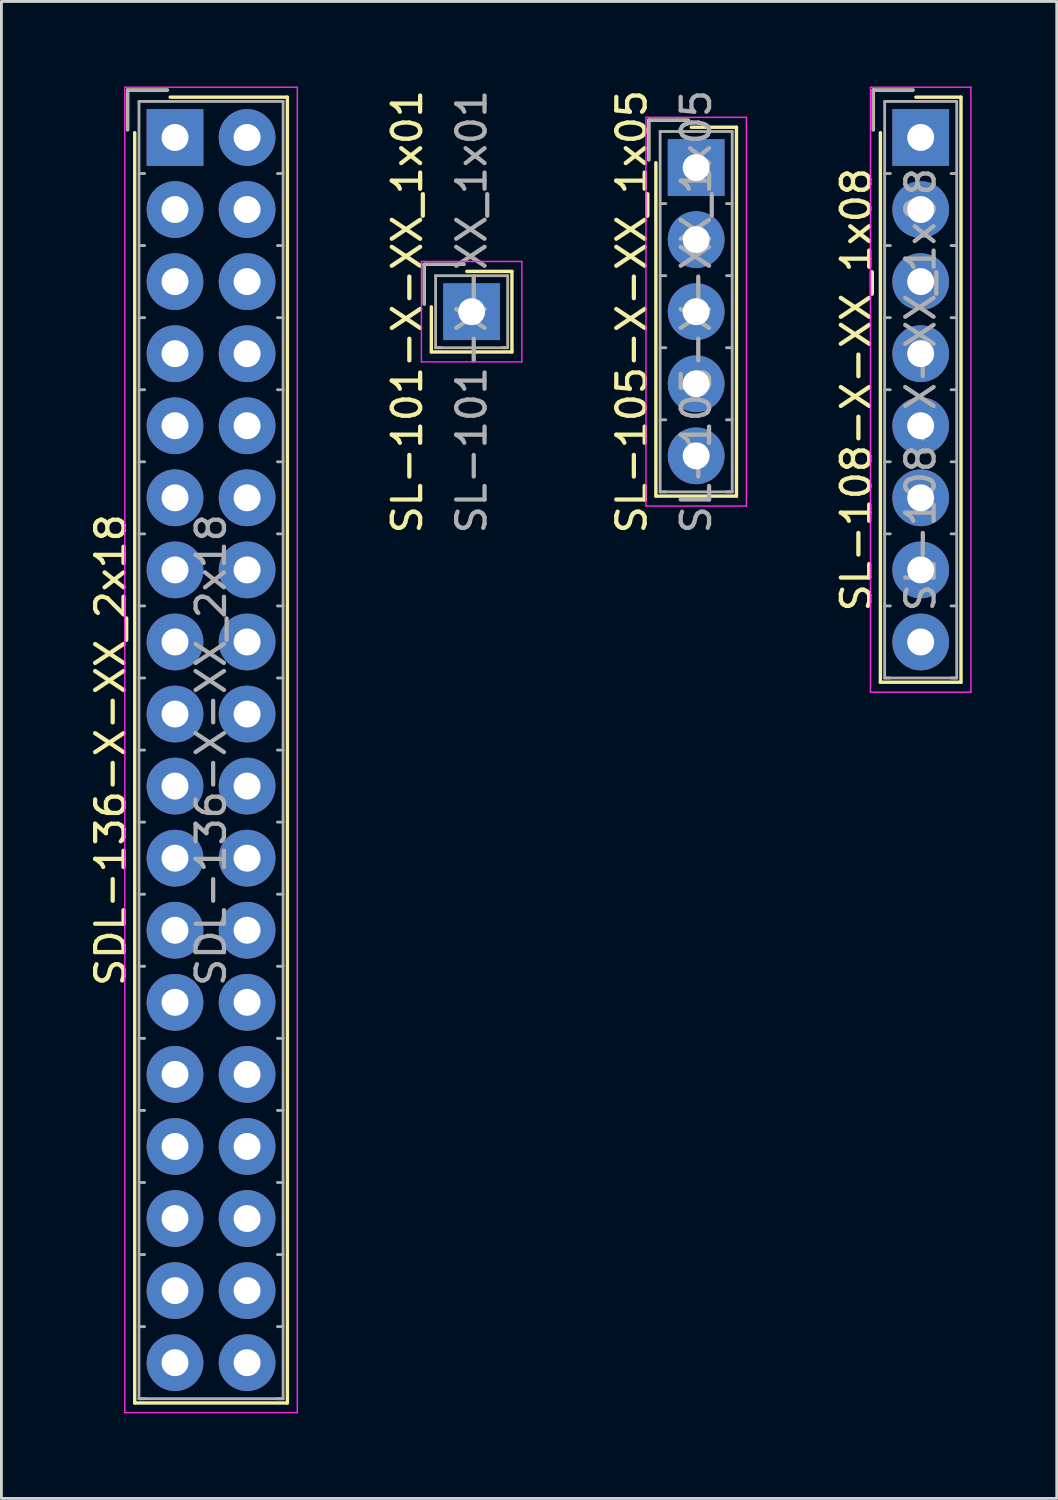
<source format=kicad_pcb>
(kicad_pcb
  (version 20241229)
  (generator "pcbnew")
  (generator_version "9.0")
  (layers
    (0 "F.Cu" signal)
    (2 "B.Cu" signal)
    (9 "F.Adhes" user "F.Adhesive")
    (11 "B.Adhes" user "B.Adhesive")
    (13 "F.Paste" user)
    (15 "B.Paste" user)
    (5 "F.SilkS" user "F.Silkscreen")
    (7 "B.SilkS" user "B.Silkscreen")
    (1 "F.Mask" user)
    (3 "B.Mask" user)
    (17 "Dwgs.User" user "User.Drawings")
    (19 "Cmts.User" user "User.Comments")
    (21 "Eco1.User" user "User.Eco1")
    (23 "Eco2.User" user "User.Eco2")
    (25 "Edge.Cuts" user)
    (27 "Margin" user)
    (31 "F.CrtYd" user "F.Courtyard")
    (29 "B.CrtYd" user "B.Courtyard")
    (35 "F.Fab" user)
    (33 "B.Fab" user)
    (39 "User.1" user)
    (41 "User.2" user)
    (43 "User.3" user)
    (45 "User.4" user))
  (footprint "SL-108-X-XX_1x08"
    (layer "F.Cu")
    (at 29.398 1.795)
    (property "Reference" "SL-108-X-XX_1x08" (at -2.27 8.89 90) (layer "F.SilkS") (effects (font (size 1 1) (thickness 0.15))))
    (attr through_hole)
    (fp_line (start -1.67 -1.67) (end -1.67 -0.27) (stroke (width 0.12) (type solid)) (layer "F.SilkS"))
    (fp_line (start -1.42 19.2) (end -1.42 -0.17) (stroke (width 0.12) (type solid)) (layer "F.SilkS"))
    (fp_line (start -0.27 -1.67) (end -1.67 -1.67) (stroke (width 0.12) (type solid)) (layer "F.SilkS"))
    (fp_line (start -0.17 -1.42) (end 1.42 -1.42) (stroke (width 0.12) (type solid)) (layer "F.SilkS"))
    (fp_line (start 1.42 -1.42) (end 1.42 19.2) (stroke (width 0.12) (type solid)) (layer "F.SilkS"))
    (fp_line (start 1.42 19.2) (end -1.42 19.2) (stroke (width 0.12) (type solid)) (layer "F.SilkS"))
    (fp_line (start -1.77 -1.77) (end -1.77 19.55) (stroke (width 0.05) (type solid)) (layer "F.CrtYd"))
    (fp_line (start -1.77 19.55) (end 1.77 19.55) (stroke (width 0.05) (type solid)) (layer "F.CrtYd"))
    (fp_line (start 1.77 -1.77) (end -1.77 -1.77) (stroke (width 0.05) (type solid)) (layer "F.CrtYd"))
    (fp_line (start 1.77 19.55) (end 1.77 -1.77) (stroke (width 0.05) (type solid)) (layer "F.CrtYd"))
    (fp_line (start -1.67 -1.67) (end -1.67 -0.27) (stroke (width 0.1) (type solid)) (layer "F.Fab"))
    (fp_line (start -1.27 -1.27) (end -1.27 19.05) (stroke (width 0.1) (type solid)) (layer "F.Fab"))
    (fp_line (start -1.27 1.27) (end -1.07 1.27) (stroke (width 0.1) (type solid)) (layer "F.Fab"))
    (fp_line (start -1.27 3.81) (end -1.07 3.81) (stroke (width 0.1) (type solid)) (layer "F.Fab"))
    (fp_line (start -1.27 6.35) (end -1.07 6.35) (stroke (width 0.1) (type solid)) (layer "F.Fab"))
    (fp_line (start -1.27 8.89) (end -1.07 8.89) (stroke (width 0.1) (type solid)) (layer "F.Fab"))
    (fp_line (start -1.27 11.43) (end -1.07 11.43) (stroke (width 0.1) (type solid)) (layer "F.Fab"))
    (fp_line (start -1.27 13.97) (end -1.07 13.97) (stroke (width 0.1) (type solid)) (layer "F.Fab"))
    (fp_line (start -1.27 16.51) (end -1.07 16.51) (stroke (width 0.1) (type solid)) (layer "F.Fab"))
    (fp_line (start -1.27 19.05) (end -1.07 19.05) (stroke (width 0.1) (type solid)) (layer "F.Fab"))
    (fp_line (start -1.27 19.05) (end 1.27 19.05) (stroke (width 0.1) (type solid)) (layer "F.Fab"))
    (fp_line (start -0.27 -1.67) (end -1.67 -1.67) (stroke (width 0.1) (type solid)) (layer "F.Fab"))
    (fp_line (start 1.27 -1.27) (end -1.27 -1.27) (stroke (width 0.1) (type solid)) (layer "F.Fab"))
    (fp_line (start 1.27 1.27) (end 1.07 1.27) (stroke (width 0.1) (type solid)) (layer "F.Fab"))
    (fp_line (start 1.27 3.81) (end 1.07 3.81) (stroke (width 0.1) (type solid)) (layer "F.Fab"))
    (fp_line (start 1.27 6.35) (end 1.07 6.35) (stroke (width 0.1) (type solid)) (layer "F.Fab"))
    (fp_line (start 1.27 8.89) (end 1.07 8.89) (stroke (width 0.1) (type solid)) (layer "F.Fab"))
    (fp_line (start 1.27 11.43) (end 1.07 11.43) (stroke (width 0.1) (type solid)) (layer "F.Fab"))
    (fp_line (start 1.27 13.97) (end 1.07 13.97) (stroke (width 0.1) (type solid)) (layer "F.Fab"))
    (fp_line (start 1.27 16.51) (end 1.07 16.51) (stroke (width 0.1) (type solid)) (layer "F.Fab"))
    (fp_line (start 1.27 19.05) (end 1.07 19.05) (stroke (width 0.1) (type solid)) (layer "F.Fab"))
    (fp_line (start 1.27 19.05) (end 1.27 -1.27) (stroke (width 0.1) (type solid)) (layer "F.Fab"))
    (fp_text user "${REFERENCE}" (at 0 8.89 90) (layer "F.Fab") (effects (font (size 1 1) (thickness 0.15))))
    (pad "1" thru_hole rect (at 0 0) (size 2 2) (drill 0.95) (layers "*.Cu" "*.Mask"))
    (pad "2" thru_hole circle (at 0 2.54) (size 2 2) (drill 0.95) (layers "*.Cu" "*.Mask"))
    (pad "3" thru_hole circle (at 0 5.08) (size 2 2) (drill 0.95) (layers "*.Cu" "*.Mask"))
    (pad "4" thru_hole circle (at 0 7.62) (size 2 2) (drill 0.95) (layers "*.Cu" "*.Mask"))
    (pad "5" thru_hole circle (at 0 10.16) (size 2 2) (drill 0.95) (layers "*.Cu" "*.Mask"))
    (pad "6" thru_hole circle (at 0 12.7) (size 2 2) (drill 0.95) (layers "*.Cu" "*.Mask"))
    (pad "7" thru_hole circle (at 0 15.24) (size 2 2) (drill 0.95) (layers "*.Cu" "*.Mask"))
    (pad "8" thru_hole circle (at 0 17.78) (size 2 2) (drill 0.95) (layers "*.Cu" "*.Mask")))
  (footprint "SDL-136-X-XX_2x18"
    (layer "F.Cu")
    (at 3.118 1.795)
    (property "Reference" "SDL-136-X-XX_2x18" (at -2.27 21.59 90) (layer "F.SilkS") (effects (font (size 1 1) (thickness 0.15))))
    (attr through_hole)
    (fp_line (start -1.67 -1.67) (end -1.67 -0.27) (stroke (width 0.12) (type solid)) (layer "F.SilkS"))
    (fp_line (start -1.42 44.6) (end -1.42 -0.17) (stroke (width 0.12) (type solid)) (layer "F.SilkS"))
    (fp_line (start -0.27 -1.67) (end -1.67 -1.67) (stroke (width 0.12) (type solid)) (layer "F.SilkS"))
    (fp_line (start -0.17 -1.42) (end 3.96 -1.42) (stroke (width 0.12) (type solid)) (layer "F.SilkS"))
    (fp_line (start 3.96 -1.42) (end 3.96 44.6) (stroke (width 0.12) (type solid)) (layer "F.SilkS"))
    (fp_line (start 3.96 44.6) (end -1.42 44.6) (stroke (width 0.12) (type solid)) (layer "F.SilkS"))
    (fp_line (start -1.77 -1.77) (end -1.77 44.94) (stroke (width 0.05) (type solid)) (layer "F.CrtYd"))
    (fp_line (start -1.77 44.94) (end 4.31 44.94) (stroke (width 0.05) (type solid)) (layer "F.CrtYd"))
    (fp_line (start 4.31 -1.77) (end -1.77 -1.77) (stroke (width 0.05) (type solid)) (layer "F.CrtYd"))
    (fp_line (start 4.31 44.94) (end 4.31 -1.77) (stroke (width 0.05) (type solid)) (layer "F.CrtYd"))
    (fp_line (start -1.67 -1.67) (end -1.67 -0.27) (stroke (width 0.1) (type solid)) (layer "F.Fab"))
    (fp_line (start -1.27 -1.27) (end -1.27 44.45) (stroke (width 0.1) (type solid)) (layer "F.Fab"))
    (fp_line (start -1.27 1.27) (end -1.07 1.27) (stroke (width 0.1) (type solid)) (layer "F.Fab"))
    (fp_line (start -1.27 3.81) (end -1.07 3.81) (stroke (width 0.1) (type solid)) (layer "F.Fab"))
    (fp_line (start -1.27 6.35) (end -1.07 6.35) (stroke (width 0.1) (type solid)) (layer "F.Fab"))
    (fp_line (start -1.27 8.89) (end -1.07 8.89) (stroke (width 0.1) (type solid)) (layer "F.Fab"))
    (fp_line (start -1.27 11.43) (end -1.07 11.43) (stroke (width 0.1) (type solid)) (layer "F.Fab"))
    (fp_line (start -1.27 13.97) (end -1.07 13.97) (stroke (width 0.1) (type solid)) (layer "F.Fab"))
    (fp_line (start -1.27 16.51) (end -1.07 16.51) (stroke (width 0.1) (type solid)) (layer "F.Fab"))
    (fp_line (start -1.27 19.05) (end -1.07 19.05) (stroke (width 0.1) (type solid)) (layer "F.Fab"))
    (fp_line (start -1.27 21.59) (end -1.07 21.59) (stroke (width 0.1) (type solid)) (layer "F.Fab"))
    (fp_line (start -1.27 24.13) (end -1.07 24.13) (stroke (width 0.1) (type solid)) (layer "F.Fab"))
    (fp_line (start -1.27 26.67) (end -1.07 26.67) (stroke (width 0.1) (type solid)) (layer "F.Fab"))
    (fp_line (start -1.27 29.21) (end -1.07 29.21) (stroke (width 0.1) (type solid)) (layer "F.Fab"))
    (fp_line (start -1.27 31.75) (end -1.07 31.75) (stroke (width 0.1) (type solid)) (layer "F.Fab"))
    (fp_line (start -1.27 34.29) (end -1.07 34.29) (stroke (width 0.1) (type solid)) (layer "F.Fab"))
    (fp_line (start -1.27 36.83) (end -1.07 36.83) (stroke (width 0.1) (type solid)) (layer "F.Fab"))
    (fp_line (start -1.27 39.37) (end -1.07 39.37) (stroke (width 0.1) (type solid)) (layer "F.Fab"))
    (fp_line (start -1.27 41.91) (end -1.07 41.91) (stroke (width 0.1) (type solid)) (layer "F.Fab"))
    (fp_line (start -1.27 44.45) (end -1.07 44.45) (stroke (width 0.1) (type solid)) (layer "F.Fab"))
    (fp_line (start -1.27 44.45) (end 3.81 44.45) (stroke (width 0.1) (type solid)) (layer "F.Fab"))
    (fp_line (start -0.27 -1.67) (end -1.67 -1.67) (stroke (width 0.1) (type solid)) (layer "F.Fab"))
    (fp_line (start 3.81 -1.27) (end -1.27 -1.27) (stroke (width 0.1) (type solid)) (layer "F.Fab"))
    (fp_line (start 3.81 1.27) (end 3.61 1.27) (stroke (width 0.1) (type solid)) (layer "F.Fab"))
    (fp_line (start 3.81 3.81) (end 3.61 3.81) (stroke (width 0.1) (type solid)) (layer "F.Fab"))
    (fp_line (start 3.81 6.35) (end 3.61 6.35) (stroke (width 0.1) (type solid)) (layer "F.Fab"))
    (fp_line (start 3.81 8.89) (end 3.61 8.89) (stroke (width 0.1) (type solid)) (layer "F.Fab"))
    (fp_line (start 3.81 11.43) (end 3.61 11.43) (stroke (width 0.1) (type solid)) (layer "F.Fab"))
    (fp_line (start 3.81 13.97) (end 3.61 13.97) (stroke (width 0.1) (type solid)) (layer "F.Fab"))
    (fp_line (start 3.81 16.51) (end 3.61 16.51) (stroke (width 0.1) (type solid)) (layer "F.Fab"))
    (fp_line (start 3.81 19.05) (end 3.61 19.05) (stroke (width 0.1) (type solid)) (layer "F.Fab"))
    (fp_line (start 3.81 21.59) (end 3.61 21.59) (stroke (width 0.1) (type solid)) (layer "F.Fab"))
    (fp_line (start 3.81 24.13) (end 3.61 24.13) (stroke (width 0.1) (type solid)) (layer "F.Fab"))
    (fp_line (start 3.81 26.67) (end 3.61 26.67) (stroke (width 0.1) (type solid)) (layer "F.Fab"))
    (fp_line (start 3.81 29.21) (end 3.61 29.21) (stroke (width 0.1) (type solid)) (layer "F.Fab"))
    (fp_line (start 3.81 31.75) (end 3.61 31.75) (stroke (width 0.1) (type solid)) (layer "F.Fab"))
    (fp_line (start 3.81 34.29) (end 3.61 34.29) (stroke (width 0.1) (type solid)) (layer "F.Fab"))
    (fp_line (start 3.81 36.83) (end 3.61 36.83) (stroke (width 0.1) (type solid)) (layer "F.Fab"))
    (fp_line (start 3.81 39.37) (end 3.61 39.37) (stroke (width 0.1) (type solid)) (layer "F.Fab"))
    (fp_line (start 3.81 41.91) (end 3.61 41.91) (stroke (width 0.1) (type solid)) (layer "F.Fab"))
    (fp_line (start 3.81 44.45) (end 3.61 44.45) (stroke (width 0.1) (type solid)) (layer "F.Fab"))
    (fp_line (start 3.81 44.45) (end 3.81 -1.27) (stroke (width 0.1) (type solid)) (layer "F.Fab"))
    (fp_text user "${REFERENCE}" (at 1.27 21.59 90) (layer "F.Fab") (effects (font (size 1 1) (thickness 0.15))))
    (pad "1" thru_hole rect (at 0 0) (size 2 2) (drill 0.95) (layers "*.Cu" "*.Mask"))
    (pad "2" thru_hole circle (at 2.54 0) (size 2 2) (drill 0.95) (layers "*.Cu" "*.Mask"))
    (pad "3" thru_hole circle (at 0 2.54) (size 2 2) (drill 0.95) (layers "*.Cu" "*.Mask"))
    (pad "4" thru_hole circle (at 2.54 2.54) (size 2 2) (drill 0.95) (layers "*.Cu" "*.Mask"))
    (pad "5" thru_hole circle (at 0 5.08) (size 2 2) (drill 0.95) (layers "*.Cu" "*.Mask"))
    (pad "6" thru_hole circle (at 2.54 5.08) (size 2 2) (drill 0.95) (layers "*.Cu" "*.Mask"))
    (pad "7" thru_hole circle (at 0 7.62) (size 2 2) (drill 0.95) (layers "*.Cu" "*.Mask"))
    (pad "8" thru_hole circle (at 2.54 7.62) (size 2 2) (drill 0.95) (layers "*.Cu" "*.Mask"))
    (pad "9" thru_hole circle (at 0 10.16) (size 2 2) (drill 0.95) (layers "*.Cu" "*.Mask"))
    (pad "10" thru_hole circle (at 2.54 10.16) (size 2 2) (drill 0.95) (layers "*.Cu" "*.Mask"))
    (pad "11" thru_hole circle (at 0 12.7) (size 2 2) (drill 0.95) (layers "*.Cu" "*.Mask"))
    (pad "12" thru_hole circle (at 2.54 12.7) (size 2 2) (drill 0.95) (layers "*.Cu" "*.Mask"))
    (pad "13" thru_hole circle (at 0 15.24) (size 2 2) (drill 0.95) (layers "*.Cu" "*.Mask"))
    (pad "14" thru_hole circle (at 2.54 15.24) (size 2 2) (drill 0.95) (layers "*.Cu" "*.Mask"))
    (pad "15" thru_hole circle (at 0 17.78) (size 2 2) (drill 0.95) (layers "*.Cu" "*.Mask"))
    (pad "16" thru_hole circle (at 2.54 17.78) (size 2 2) (drill 0.95) (layers "*.Cu" "*.Mask"))
    (pad "17" thru_hole circle (at 0 20.32) (size 2 2) (drill 0.95) (layers "*.Cu" "*.Mask"))
    (pad "18" thru_hole circle (at 2.54 20.32) (size 2 2) (drill 0.95) (layers "*.Cu" "*.Mask"))
    (pad "19" thru_hole circle (at 0 22.86) (size 2 2) (drill 0.95) (layers "*.Cu" "*.Mask"))
    (pad "20" thru_hole circle (at 2.54 22.86) (size 2 2) (drill 0.95) (layers "*.Cu" "*.Mask"))
    (pad "21" thru_hole circle (at 0 25.4) (size 2 2) (drill 0.95) (layers "*.Cu" "*.Mask"))
    (pad "22" thru_hole circle (at 2.54 25.4) (size 2 2) (drill 0.95) (layers "*.Cu" "*.Mask"))
    (pad "23" thru_hole circle (at 0 27.94) (size 2 2) (drill 0.95) (layers "*.Cu" "*.Mask"))
    (pad "24" thru_hole circle (at 2.54 27.94) (size 2 2) (drill 0.95) (layers "*.Cu" "*.Mask"))
    (pad "25" thru_hole circle (at 0 30.48) (size 2 2) (drill 0.95) (layers "*.Cu" "*.Mask"))
    (pad "26" thru_hole circle (at 2.54 30.48) (size 2 2) (drill 0.95) (layers "*.Cu" "*.Mask"))
    (pad "27" thru_hole circle (at 0 33.02) (size 2 2) (drill 0.95) (layers "*.Cu" "*.Mask"))
    (pad "28" thru_hole circle (at 2.54 33.02) (size 2 2) (drill 0.95) (layers "*.Cu" "*.Mask"))
    (pad "29" thru_hole circle (at 0 35.56) (size 2 2) (drill 0.95) (layers "*.Cu" "*.Mask"))
    (pad "30" thru_hole circle (at 2.54 35.56) (size 2 2) (drill 0.95) (layers "*.Cu" "*.Mask"))
    (pad "31" thru_hole circle (at 0 38.1) (size 2 2) (drill 0.95) (layers "*.Cu" "*.Mask"))
    (pad "32" thru_hole circle (at 2.54 38.1) (size 2 2) (drill 0.95) (layers "*.Cu" "*.Mask"))
    (pad "33" thru_hole circle (at 0 40.64) (size 2 2) (drill 0.95) (layers "*.Cu" "*.Mask"))
    (pad "34" thru_hole circle (at 2.54 40.64) (size 2 2) (drill 0.95) (layers "*.Cu" "*.Mask"))
    (pad "35" thru_hole circle (at 0 43.18) (size 2 2) (drill 0.95) (layers "*.Cu" "*.Mask"))
    (pad "36" thru_hole circle (at 2.54 43.18) (size 2 2) (drill 0.95) (layers "*.Cu" "*.Mask")))
  (footprint "SL-101-X-XX_1x01"
    (layer "F.Cu")
    (at 13.572 7.935)
    (property "Reference" "SL-101-X-XX_1x01" (at -2.27 0 90) (layer "F.SilkS") (effects (font (size 1 1) (thickness 0.15))))
    (attr through_hole)
    (fp_line (start -1.67 -1.67) (end -1.67 -0.27) (stroke (width 0.12) (type solid)) (layer "F.SilkS"))
    (fp_line (start -1.42 1.42) (end -1.42 -0.17) (stroke (width 0.12) (type solid)) (layer "F.SilkS"))
    (fp_line (start -0.27 -1.67) (end -1.67 -1.67) (stroke (width 0.12) (type solid)) (layer "F.SilkS"))
    (fp_line (start -0.17 -1.42) (end 1.42 -1.42) (stroke (width 0.12) (type solid)) (layer "F.SilkS"))
    (fp_line (start 1.42 -1.42) (end 1.42 1.42) (stroke (width 0.12) (type solid)) (layer "F.SilkS"))
    (fp_line (start 1.42 1.42) (end -1.42 1.42) (stroke (width 0.12) (type solid)) (layer "F.SilkS"))
    (fp_line (start -1.77 -1.77) (end -1.77 1.77) (stroke (width 0.05) (type solid)) (layer "F.CrtYd"))
    (fp_line (start -1.77 1.77) (end 1.77 1.77) (stroke (width 0.05) (type solid)) (layer "F.CrtYd"))
    (fp_line (start 1.77 -1.77) (end -1.77 -1.77) (stroke (width 0.05) (type solid)) (layer "F.CrtYd"))
    (fp_line (start 1.77 1.77) (end 1.77 -1.77) (stroke (width 0.05) (type solid)) (layer "F.CrtYd"))
    (fp_line (start -1.67 -1.67) (end -1.67 -0.27) (stroke (width 0.1) (type solid)) (layer "F.Fab"))
    (fp_line (start -1.27 -1.27) (end -1.27 1.27) (stroke (width 0.1) (type solid)) (layer "F.Fab"))
    (fp_line (start -1.27 1.27) (end -1.07 1.27) (stroke (width 0.1) (type solid)) (layer "F.Fab"))
    (fp_line (start -1.27 1.27) (end 1.27 1.27) (stroke (width 0.1) (type solid)) (layer "F.Fab"))
    (fp_line (start -0.27 -1.67) (end -1.67 -1.67) (stroke (width 0.1) (type solid)) (layer "F.Fab"))
    (fp_line (start 1.27 -1.27) (end -1.27 -1.27) (stroke (width 0.1) (type solid)) (layer "F.Fab"))
    (fp_line (start 1.27 1.27) (end 1.07 1.27) (stroke (width 0.1) (type solid)) (layer "F.Fab"))
    (fp_line (start 1.27 1.27) (end 1.27 -1.27) (stroke (width 0.1) (type solid)) (layer "F.Fab"))
    (fp_text user "${REFERENCE}" (at 0 0 90) (layer "F.Fab") (effects (font (size 1 1) (thickness 0.15))))
    (pad "1" thru_hole rect (at 0 0) (size 2 2) (drill 0.95) (layers "*.Cu" "*.Mask")))
  (footprint "SL-105-X-XX_1x05"
    (layer "F.Cu")
    (at 21.485 2.855)
    (property "Reference" "SL-105-X-XX_1x05" (at -2.27 5.08 90) (layer "F.SilkS") (effects (font (size 1 1) (thickness 0.15))))
    (attr through_hole)
    (fp_line (start -1.67 -1.67) (end -1.67 -0.27) (stroke (width 0.12) (type solid)) (layer "F.SilkS"))
    (fp_line (start -1.42 11.58) (end -1.42 -0.17) (stroke (width 0.12) (type solid)) (layer "F.SilkS"))
    (fp_line (start -0.27 -1.67) (end -1.67 -1.67) (stroke (width 0.12) (type solid)) (layer "F.SilkS"))
    (fp_line (start -0.17 -1.42) (end 1.42 -1.42) (stroke (width 0.12) (type solid)) (layer "F.SilkS"))
    (fp_line (start 1.42 -1.42) (end 1.42 11.58) (stroke (width 0.12) (type solid)) (layer "F.SilkS"))
    (fp_line (start 1.42 11.58) (end -1.42 11.58) (stroke (width 0.12) (type solid)) (layer "F.SilkS"))
    (fp_line (start -1.77 -1.77) (end -1.77 11.93) (stroke (width 0.05) (type solid)) (layer "F.CrtYd"))
    (fp_line (start -1.77 11.93) (end 1.77 11.93) (stroke (width 0.05) (type solid)) (layer "F.CrtYd"))
    (fp_line (start 1.77 -1.77) (end -1.77 -1.77) (stroke (width 0.05) (type solid)) (layer "F.CrtYd"))
    (fp_line (start 1.77 11.93) (end 1.77 -1.77) (stroke (width 0.05) (type solid)) (layer "F.CrtYd"))
    (fp_line (start -1.67 -1.67) (end -1.67 -0.27) (stroke (width 0.1) (type solid)) (layer "F.Fab"))
    (fp_line (start -1.27 -1.27) (end -1.27 11.43) (stroke (width 0.1) (type solid)) (layer "F.Fab"))
    (fp_line (start -1.27 1.27) (end -1.07 1.27) (stroke (width 0.1) (type solid)) (layer "F.Fab"))
    (fp_line (start -1.27 3.81) (end -1.07 3.81) (stroke (width 0.1) (type solid)) (layer "F.Fab"))
    (fp_line (start -1.27 6.35) (end -1.07 6.35) (stroke (width 0.1) (type solid)) (layer "F.Fab"))
    (fp_line (start -1.27 8.89) (end -1.07 8.89) (stroke (width 0.1) (type solid)) (layer "F.Fab"))
    (fp_line (start -1.27 11.43) (end -1.07 11.43) (stroke (width 0.1) (type solid)) (layer "F.Fab"))
    (fp_line (start -1.27 11.43) (end 1.27 11.43) (stroke (width 0.1) (type solid)) (layer "F.Fab"))
    (fp_line (start -0.27 -1.67) (end -1.67 -1.67) (stroke (width 0.1) (type solid)) (layer "F.Fab"))
    (fp_line (start 1.27 -1.27) (end -1.27 -1.27) (stroke (width 0.1) (type solid)) (layer "F.Fab"))
    (fp_line (start 1.27 1.27) (end 1.07 1.27) (stroke (width 0.1) (type solid)) (layer "F.Fab"))
    (fp_line (start 1.27 3.81) (end 1.07 3.81) (stroke (width 0.1) (type solid)) (layer "F.Fab"))
    (fp_line (start 1.27 6.35) (end 1.07 6.35) (stroke (width 0.1) (type solid)) (layer "F.Fab"))
    (fp_line (start 1.27 8.89) (end 1.07 8.89) (stroke (width 0.1) (type solid)) (layer "F.Fab"))
    (fp_line (start 1.27 11.43) (end 1.07 11.43) (stroke (width 0.1) (type solid)) (layer "F.Fab"))
    (fp_line (start 1.27 11.43) (end 1.27 -1.27) (stroke (width 0.1) (type solid)) (layer "F.Fab"))
    (fp_text user "${REFERENCE}" (at 0 5.08 90) (layer "F.Fab") (effects (font (size 1 1) (thickness 0.15))))
    (pad "1" thru_hole rect (at 0 0) (size 2 2) (drill 0.95) (layers "*.Cu" "*.Mask"))
    (pad "2" thru_hole circle (at 0 2.54) (size 2 2) (drill 0.95) (layers "*.Cu" "*.Mask"))
    (pad "3" thru_hole circle (at 0 5.08) (size 2 2) (drill 0.95) (layers "*.Cu" "*.Mask"))
    (pad "4" thru_hole circle (at 0 7.62) (size 2 2) (drill 0.95) (layers "*.Cu" "*.Mask"))
    (pad "5" thru_hole circle (at 0 10.16) (size 2 2) (drill 0.95) (layers "*.Cu" "*.Mask")))
  (gr_rect
    (start -3 -3)
    (end 34.193 49.76)
    (stroke (width 0.1) (type default))
    (fill no)
    (layer "Edge.Cuts")))
</source>
